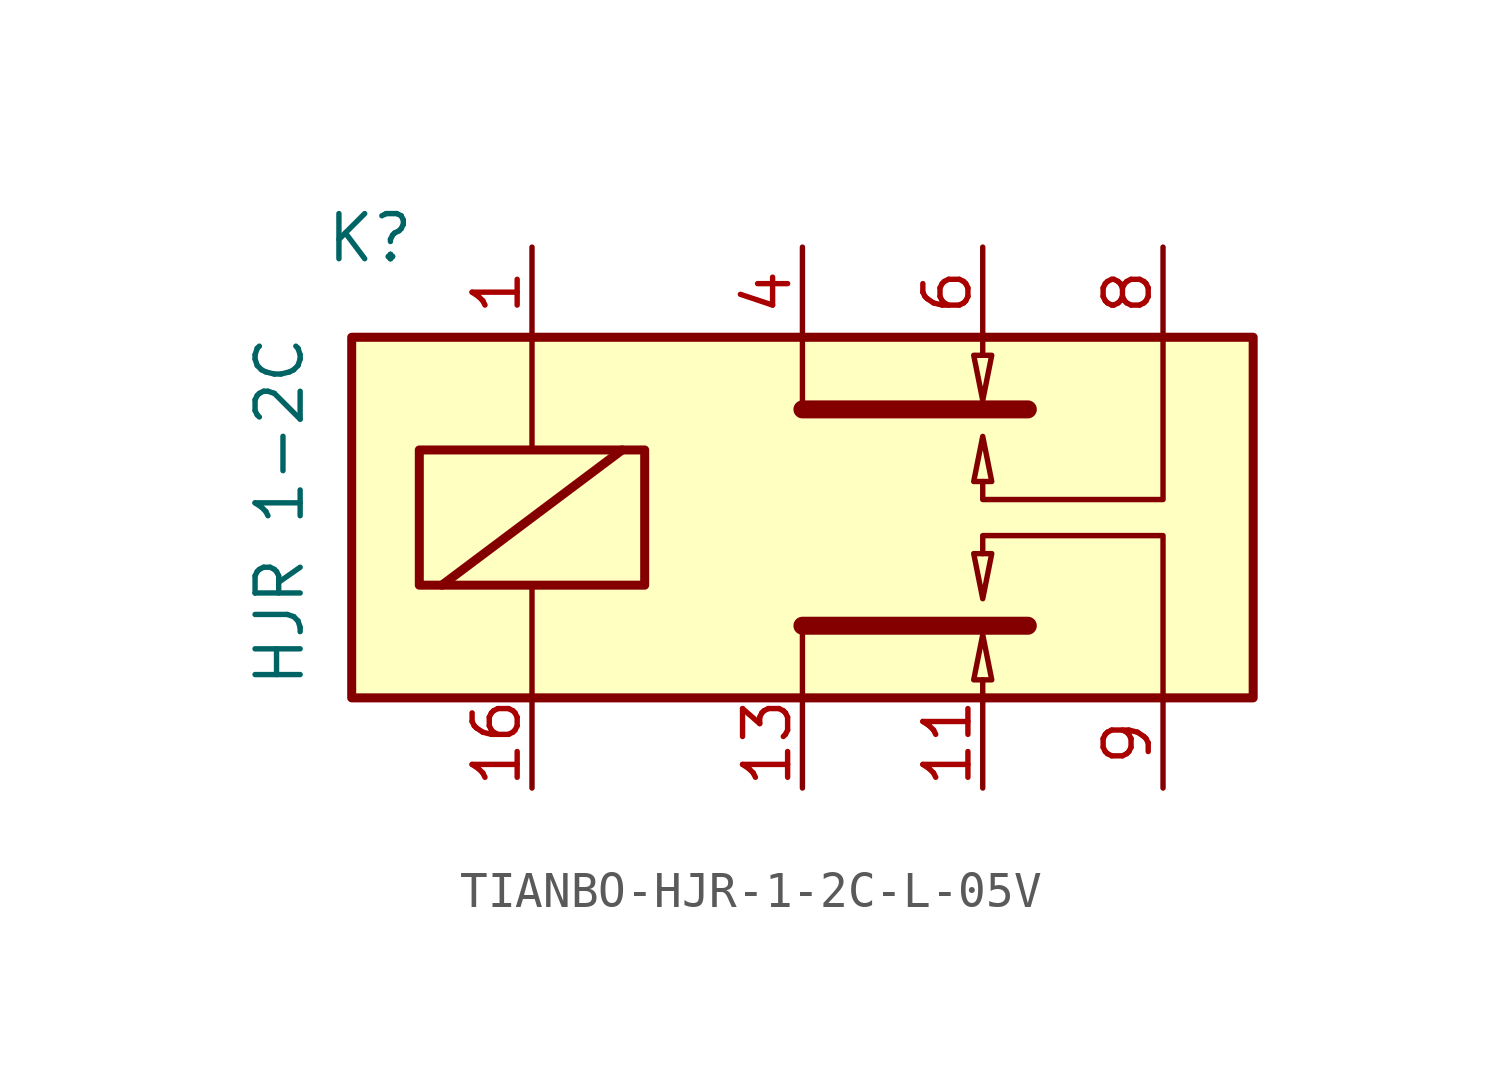
<source format=kicad_sym>
(kicad_symbol_lib
  (version 20220914)
  (generator kicad_symbol_editor)
  (symbol "TIANBO-HJR-1-2C-L-05V"
    (property "Reference" "K"
      (at -13.462 7.874 0)
      (effects (font (size 1.27 1.27)) (justify left)))
    (property "Value" "HJR 1-2C"
      (at -14.732 -4.826 90)
      (effects (font (size 1.27 1.27)) (justify left)))
    (symbol "TIANBO-HJR-1-2C-L-05V_0_1"
      (rectangle (start -12.7 5.08) (end 12.7 -5.08) (stroke (width 0.254) (type default)) (fill (type background)))
      (rectangle (start -10.795 1.905) (end -4.445 -1.905) (stroke (width 0.254) (type default)) (fill (type none)))
      (polyline (pts (xy -10.16 -1.905) (xy -5.08 1.905)) (stroke (width 0.254) (type default)) (fill (type none)))
      (polyline (pts (xy -7.62 -5.08) (xy -7.62 -1.905)) (stroke (width 0) (type default)) (fill (type none)))
      (polyline (pts (xy -7.62 5.08) (xy -7.62 1.905)) (stroke (width 0) (type default)) (fill (type none)))
      (polyline (pts (xy 0 -5.08) (xy 0 -3.048)) (stroke (width 0) (type default)) (fill (type none)))
      (polyline (pts (xy 0 5.08) (xy 0 3.048)) (stroke (width 0) (type default)) (fill (type none)))
      (polyline (pts (xy 5.08 -5.08) (xy 5.08 -4.572)) (stroke (width 0) (type default)) (fill (type none)))
      (polyline (pts (xy 5.08 5.08) (xy 5.08 4.572)) (stroke (width 0) (type default)) (fill (type none)))
      (polyline (pts (xy 6.35 -3.048) (xy 0 -3.048)) (stroke (width 0.508) (type default)) (fill (type none)))
      (polyline (pts (xy 6.35 3.048) (xy 0 3.048)) (stroke (width 0.508) (type default)) (fill (type none)))
      (polyline (pts (xy 5.08 -3.302) (xy 5.334 -4.572) (xy 4.826 -4.572) (xy 5.08 -3.302)) (stroke (width 0) (type default)) (fill (type none)))
      (polyline (pts (xy 5.08 -2.286) (xy 4.826 -1.016) (xy 5.334 -1.016) (xy 5.08 -2.286)) (stroke (width 0) (type default)) (fill (type none)))
      (polyline (pts (xy 5.08 -1.016) (xy 5.08 -0.508) (xy 10.16 -0.508) (xy 10.16 -5.08)) (stroke (width 0) (type default)) (fill (type none)))
      (polyline (pts (xy 5.08 1.016) (xy 5.08 0.508) (xy 10.16 0.508) (xy 10.16 5.08)) (stroke (width 0) (type default)) (fill (type none)))
      (polyline (pts (xy 5.08 2.286) (xy 5.334 1.016) (xy 4.826 1.016) (xy 5.08 2.286)) (stroke (width 0) (type default)) (fill (type none)))
      (polyline (pts (xy 5.08 3.302) (xy 4.826 4.572) (xy 5.334 4.572) (xy 5.08 3.302)) (stroke (width 0) (type default)) (fill (type none))))
    (symbol "TIANBO-HJR-1-2C-L-05V_1_1"
      (pin passive line (at -7.62 7.62 270) (length 2.54) (name "~" (effects (font (size 1.27 1.27)))) (number "1" (effects (font (size 1.27 1.27)))))
      (pin passive line (at 5.08 -7.62 90) (length 2.54) (name "~" (effects (font (size 1.27 1.27)))) (number "11" (effects (font (size 1.27 1.27)))))
      (pin passive line (at 0 -7.62 90) (length 2.54) (name "~" (effects (font (size 1.27 1.27)))) (number "13" (effects (font (size 1.27 1.27)))))
      (pin passive line (at -7.62 -7.62 90) (length 2.54) (name "~" (effects (font (size 1.27 1.27)))) (number "16" (effects (font (size 1.27 1.27)))))
      (pin passive line (at 0 7.62 270) (length 2.54) (name "~" (effects (font (size 1.27 1.27)))) (number "4" (effects (font (size 1.27 1.27)))))
      (pin passive line (at 5.08 7.62 270) (length 2.54) (name "~" (effects (font (size 1.27 1.27)))) (number "6" (effects (font (size 1.27 1.27)))))
      (pin passive line (at 10.16 7.62 270) (length 2.54) (name "~" (effects (font (size 1.27 1.27)))) (number "8" (effects (font (size 1.27 1.27)))))
      (pin passive line (at 10.16 -7.62 90) (length 2.54) (name "~" (effects (font (size 1.27 1.27)))) (number "9" (effects (font (size 1.27 1.27))))))))
</source>
